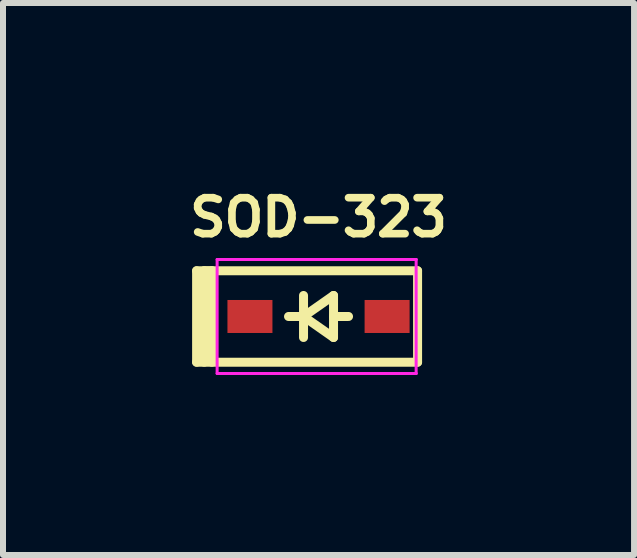
<source format=kicad_pcb>
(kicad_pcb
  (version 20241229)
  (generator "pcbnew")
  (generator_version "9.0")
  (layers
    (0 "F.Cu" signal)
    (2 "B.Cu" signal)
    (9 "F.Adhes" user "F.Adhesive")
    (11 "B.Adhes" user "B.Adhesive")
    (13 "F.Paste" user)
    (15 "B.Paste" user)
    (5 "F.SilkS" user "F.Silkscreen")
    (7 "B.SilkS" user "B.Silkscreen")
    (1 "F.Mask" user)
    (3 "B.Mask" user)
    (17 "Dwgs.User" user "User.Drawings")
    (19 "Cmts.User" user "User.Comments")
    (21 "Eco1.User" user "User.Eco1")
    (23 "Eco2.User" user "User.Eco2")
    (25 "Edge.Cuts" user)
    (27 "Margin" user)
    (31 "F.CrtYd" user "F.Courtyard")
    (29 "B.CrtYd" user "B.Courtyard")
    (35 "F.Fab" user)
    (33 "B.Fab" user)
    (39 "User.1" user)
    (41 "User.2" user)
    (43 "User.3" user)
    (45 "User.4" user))
  (footprint "SOD-323"
    (layer "F.Cu")
    (at 2.259 2.225)
    (property "Reference" "SOD-323" (at 0 -1.651 0) (layer "F.SilkS") (effects (font (size 0.6 0.6) (thickness 0.127))))
    (attr smd)
    (fp_line (start -2.032 -0.762) (end -2.032 0.762) (stroke (width 0.15) (type solid)) (layer "F.SilkS"))
    (fp_line (start -2.032 -0.762) (end -1.778 -0.762) (stroke (width 0.15) (type solid)) (layer "F.SilkS"))
    (fp_line (start -1.905 -0.762) (end 1.651 -0.762) (stroke (width 0.15) (type solid)) (layer "F.SilkS"))
    (fp_line (start -1.905 0.762) (end -1.905 -0.762) (stroke (width 0.15) (type solid)) (layer "F.SilkS"))
    (fp_line (start -1.778 -0.762) (end -1.778 0.762) (stroke (width 0.15) (type solid)) (layer "F.SilkS"))
    (fp_line (start -0.25 -0.35) (end -0.25 0.35) (stroke (width 0.15) (type solid)) (layer "F.SilkS"))
    (fp_line (start -0.25 0) (end -0.5 0) (stroke (width 0.15) (type solid)) (layer "F.SilkS"))
    (fp_line (start -0.25 0) (end 0.25 -0.35) (stroke (width 0.15) (type solid)) (layer "F.SilkS"))
    (fp_line (start 0.25 -0.35) (end 0.25 0.35) (stroke (width 0.15) (type solid)) (layer "F.SilkS"))
    (fp_line (start 0.25 0) (end 0.5 0) (stroke (width 0.15) (type solid)) (layer "F.SilkS"))
    (fp_line (start 0.25 0.35) (end -0.25 0) (stroke (width 0.15) (type solid)) (layer "F.SilkS"))
    (fp_line (start 1.651 -0.762) (end 1.651 0.762) (stroke (width 0.15) (type solid)) (layer "F.SilkS"))
    (fp_line (start 1.651 0.762) (end -2.032 0.762) (stroke (width 0.15) (type solid)) (layer "F.SilkS"))
    (fp_line (start -1.69 -0.95) (end -1.69 0.95) (stroke (width 0.05) (type solid)) (layer "F.CrtYd"))
    (fp_line (start -1.69 -0.95) (end 1.63 -0.95) (stroke (width 0.05) (type solid)) (layer "F.CrtYd"))
    (fp_line (start -1.69 0.95) (end 1.63 0.95) (stroke (width 0.05) (type solid)) (layer "F.CrtYd"))
    (fp_line (start 1.627 -0.95) (end 1.627 0.95) (stroke (width 0.05) (type solid)) (layer "F.CrtYd"))
    (pad "1" smd rect (at -1.143 0) (size 0.75 0.55) (layers "F.Cu" "F.Mask" "F.Paste"))
    (pad "2" smd rect (at 1.143 0) (size 0.75 0.55) (layers "F.Cu" "F.Mask" "F.Paste")))
  (gr_rect
    (start -3 -3)
    (end 7.518 6.2)
    (stroke (width 0.1) (type default))
    (fill no)
    (layer "Edge.Cuts")))
</source>
